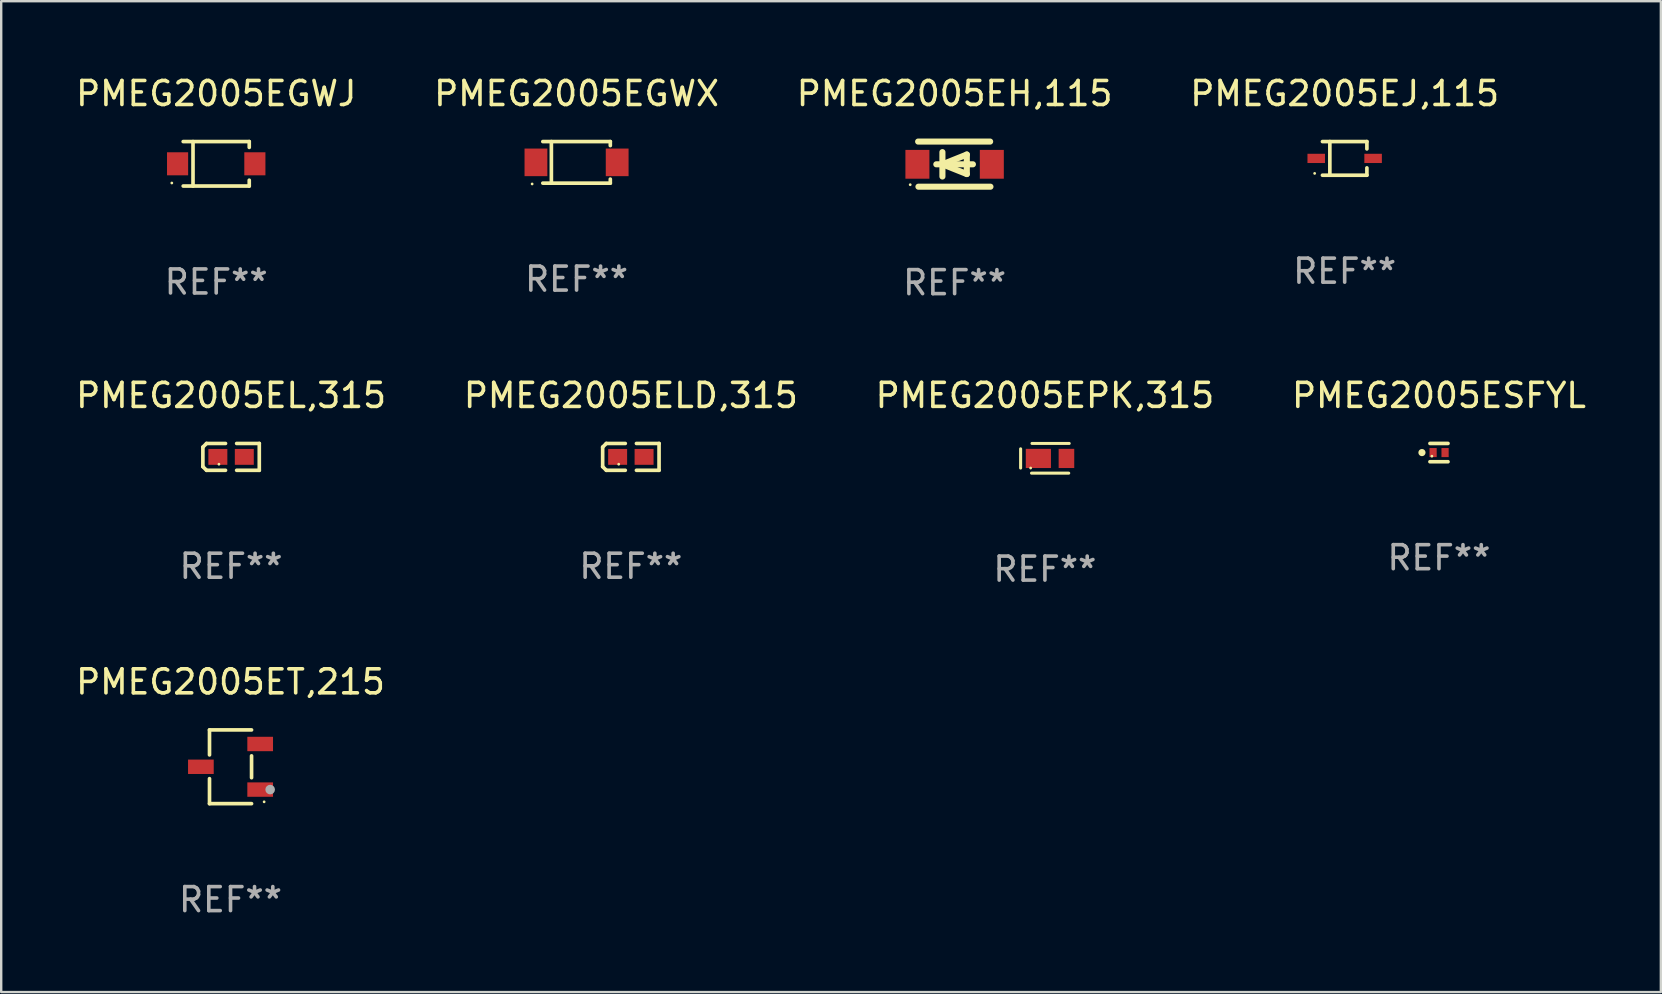
<source format=kicad_pcb>
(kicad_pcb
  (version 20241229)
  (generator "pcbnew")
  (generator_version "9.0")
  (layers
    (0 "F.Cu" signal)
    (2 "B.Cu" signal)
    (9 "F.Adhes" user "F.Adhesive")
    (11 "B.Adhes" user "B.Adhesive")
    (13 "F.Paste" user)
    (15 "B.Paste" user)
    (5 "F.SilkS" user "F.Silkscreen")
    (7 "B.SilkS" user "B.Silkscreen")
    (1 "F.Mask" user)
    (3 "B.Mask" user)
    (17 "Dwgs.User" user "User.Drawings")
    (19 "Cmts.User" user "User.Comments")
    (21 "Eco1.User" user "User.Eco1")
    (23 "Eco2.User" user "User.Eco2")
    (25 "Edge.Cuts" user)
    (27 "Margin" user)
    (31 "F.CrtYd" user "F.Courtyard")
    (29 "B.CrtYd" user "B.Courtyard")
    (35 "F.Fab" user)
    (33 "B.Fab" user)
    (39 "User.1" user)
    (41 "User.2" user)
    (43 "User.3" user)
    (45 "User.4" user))
  (footprint "PMEG2005EGWJ"
    (layer "F.Cu")
    (at 5.958 3.774)
    (property "Reference" "PMEG2005EGWJ" (at 0 -2.926 0) (layer "F.SilkS") (effects (font (size 1 1) (thickness 0.15))))
    (attr through_hole)
    (fp_line (start -1.376 -0.926) (end 1.376 -0.926) (stroke (width 0.152) (type solid)) (layer "F.SilkS"))
    (fp_line (start -1.376 0.926) (end 1.376 0.926) (stroke (width 0.152) (type solid)) (layer "F.SilkS"))
    (fp_line (start -0.967 -0.926) (end -0.967 0.926) (stroke (width 0.152) (type solid)) (layer "F.SilkS"))
    (fp_line (start 1.376 -0.926) (end 1.376 -0.683) (stroke (width 0.152) (type solid)) (layer "F.SilkS"))
    (fp_line (start 1.376 0.926) (end 1.376 0.683) (stroke (width 0.152) (type solid)) (layer "F.SilkS"))
    (fp_circle (center -1.85 0.8) (end -1.82 0.8) (stroke (width 0.06) (type solid)) (fill no) (layer "F.SilkS"))
    (fp_text user "REF**" (at 0 4.926 0) (layer "F.Fab") (effects (font (size 1 1) (thickness 0.15))))
    (pad "1" smd rect (at -1.61 0) (size 0.88 0.96) (layers "F.Cu" "F.Mask" "F.Paste"))
    (pad "2" smd rect (at 1.61 0) (size 0.88 0.96) (layers "F.Cu" "F.Mask" "F.Paste")))
  (footprint "PMEG2005ET,215"
    (layer "F.Cu")
    (at 6.554 28.895)
    (property "Reference" "PMEG2005ET,215" (at 0 -3.536 0) (layer "F.SilkS") (effects (font (size 1 1) (thickness 0.15))))
    (attr through_hole)
    (fp_line (start -0.876 -1.536) (end -0.876 -0.495) (stroke (width 0.152) (type solid)) (layer "F.SilkS"))
    (fp_line (start -0.876 1.536) (end -0.876 0.495) (stroke (width 0.152) (type solid)) (layer "F.SilkS"))
    (fp_line (start 0.876 -1.536) (end -0.876 -1.536) (stroke (width 0.152) (type solid)) (layer "F.SilkS"))
    (fp_line (start 0.876 -0.455) (end 0.876 0.455) (stroke (width 0.152) (type solid)) (layer "F.SilkS"))
    (fp_line (start 0.876 1.536) (end -0.876 1.536) (stroke (width 0.152) (type solid)) (layer "F.SilkS"))
    (fp_circle (center 1.4 1.46) (end 1.43 1.46) (stroke (width 0.06) (type solid)) (fill no) (layer "F.SilkS"))
    (fp_circle (center 1.651 0.95) (end 1.751 0.95) (stroke (width 0.2) (type solid)) (fill no) (layer "F.Fab"))
    (fp_text user "REF**" (at 0 5.536 0) (layer "F.Fab") (effects (font (size 1 1) (thickness 0.15))))
    (pad "1" smd rect (at 1.235 0.95) (size 1.07 0.6) (layers "F.Cu" "F.Mask" "F.Paste"))
    (pad "2" smd rect (at 1.235 -0.95) (size 1.07 0.6) (layers "F.Cu" "F.Mask" "F.Paste"))
    (pad "3" smd rect (at -1.235 0) (size 1.07 0.6) (layers "F.Cu" "F.Mask" "F.Paste")))
  (footprint "PMEG2005EGWX"
    (layer "F.Cu")
    (at 20.97 3.714)
    (property "Reference" "PMEG2005EGWX" (at 0 -2.866 0) (layer "F.SilkS") (effects (font (size 1 1) (thickness 0.15))))
    (attr through_hole)
    (fp_line (start -1.406 -0.866) (end 1.406 -0.866) (stroke (width 0.152) (type solid)) (layer "F.SilkS"))
    (fp_line (start -1.406 0.866) (end 1.406 0.866) (stroke (width 0.152) (type solid)) (layer "F.SilkS"))
    (fp_line (start -1.049 -0.866) (end -1.049 0.866) (stroke (width 0.152) (type solid)) (layer "F.SilkS"))
    (fp_line (start 1.406 -0.866) (end 1.406 -0.698) (stroke (width 0.152) (type solid)) (layer "F.SilkS"))
    (fp_line (start 1.406 0.866) (end 1.406 0.698) (stroke (width 0.152) (type solid)) (layer "F.SilkS"))
    (fp_circle (center -1.851 0.9) (end -1.821 0.9) (stroke (width 0.06) (type solid)) (fill no) (layer "F.SilkS"))
    (fp_text user "REF**" (at 0 4.866 0) (layer "F.Fab") (effects (font (size 1 1) (thickness 0.15))))
    (pad "1" smd rect (at -1.692 0) (size 0.95 1.15) (layers "F.Cu" "F.Mask" "F.Paste"))
    (pad "2" smd rect (at 1.692 0) (size 0.95 1.15) (layers "F.Cu" "F.Mask" "F.Paste")))
  (footprint "PMEG2005EH,115"
    (layer "F.Cu")
    (at 36.72 3.788)
    (property "Reference" "PMEG2005EH,115" (at 0 -2.94 0) (layer "F.SilkS") (effects (font (size 1 1) (thickness 0.15))))
    (attr through_hole)
    (fp_line (start -1.52 -0.94) (end 1.48 -0.94) (stroke (width 0.254) (type solid)) (layer "F.SilkS"))
    (fp_line (start -1.507 0.94) (end 1.493 0.94) (stroke (width 0.254) (type solid)) (layer "F.SilkS"))
    (fp_line (start -0.762 0.007) (end 0.762 0.007) (stroke (width 0.254) (type solid)) (layer "F.SilkS"))
    (fp_line (start -0.508 -0.501) (end -0.508 0.515) (stroke (width 0.254) (type solid)) (layer "F.SilkS"))
    (fp_line (start -0.508 0.007) (end 0.508 -0.4) (stroke (width 0.254) (type solid)) (layer "F.SilkS"))
    (fp_line (start 0.508 -0.4) (end 0.508 0.413) (stroke (width 0.254) (type solid)) (layer "F.SilkS"))
    (fp_line (start 0.508 0.413) (end -0.508 0.007) (stroke (width 0.254) (type solid)) (layer "F.SilkS"))
    (fp_circle (center -1.85 0.857) (end -1.82 0.857) (stroke (width 0.06) (type solid)) (fill no) (layer "F.SilkS"))
    (fp_text user "REF**" (at 0 4.94 0) (layer "F.Fab") (effects (font (size 1 1) (thickness 0.15))))
    (pad "1" smd rect (at -1.55 0.007) (size 1 1.2) (layers "F.Cu" "F.Mask" "F.Paste"))
    (pad "2" smd rect (at 1.55 0.007) (size 1 1.2) (layers "F.Cu" "F.Mask" "F.Paste")))
  (footprint "PMEG2005ESFYL"
    (layer "F.Cu")
    (at 56.899 15.805)
    (property "Reference" "PMEG2005ESFYL" (at 0 -2.381 0) (layer "F.SilkS") (effects (font (size 1 1) (thickness 0.15))))
    (attr through_hole)
    (fp_line (start -0.376 -0.381) (end 0.376 -0.381) (stroke (width 0.152) (type solid)) (layer "F.SilkS"))
    (fp_line (start -0.376 0.381) (end 0.376 0.381) (stroke (width 0.152) (type solid)) (layer "F.SilkS"))
    (fp_circle (center -0.709 0) (end -0.634 0) (stroke (width 0.15) (type solid)) (fill no) (layer "F.SilkS"))
    (fp_circle (center -0.295 0.15) (end -0.265 0.15) (stroke (width 0.06) (type solid)) (fill no) (layer "F.SilkS"))
    (fp_text user "REF**" (at 0 4.381 0) (layer "F.Fab") (effects (font (size 1 1) (thickness 0.15))))
    (pad "1" smd rect (at -0.245 0) (size 0.3 0.378) (layers "F.Cu" "F.Mask" "F.Paste"))
    (pad "2" smd rect (at 0.254 0) (size 0.3 0.378) (layers "F.Cu" "F.Mask" "F.Paste")))
  (footprint "PMEG2005ELD,315"
    (layer "F.Cu")
    (at 23.232 15.984)
    (property "Reference" "PMEG2005ELD,315" (at 0 -2.559 0) (layer "F.SilkS") (effects (font (size 1 1) (thickness 0.15))))
    (attr through_hole)
    (fp_line (start -1.175 -0.407) (end -1.023 -0.559) (stroke (width 0.152) (type solid)) (layer "F.SilkS"))
    (fp_line (start -1.175 0.407) (end -1.175 -0.407) (stroke (width 0.152) (type solid)) (layer "F.SilkS"))
    (fp_line (start -1.023 -0.559) (end -0.232 -0.559) (stroke (width 0.152) (type solid)) (layer "F.SilkS"))
    (fp_line (start -1.023 0.559) (end -1.175 0.407) (stroke (width 0.152) (type solid)) (layer "F.SilkS"))
    (fp_line (start -0.232 0.559) (end -1.023 0.559) (stroke (width 0.152) (type solid)) (layer "F.SilkS"))
    (fp_line (start 0.232 0.559) (end 1.175 0.559) (stroke (width 0.152) (type solid)) (layer "F.SilkS"))
    (fp_line (start 1.175 -0.559) (end 0.232 -0.559) (stroke (width 0.152) (type solid)) (layer "F.SilkS"))
    (fp_line (start 1.175 0.559) (end 1.175 -0.559) (stroke (width 0.152) (type solid)) (layer "F.SilkS"))
    (fp_circle (center -0.506 0.306) (end -0.476 0.306) (stroke (width 0.06) (type solid)) (fill no) (layer "F.SilkS"))
    (fp_text user "REF**" (at 0 4.559 0) (layer "F.Fab") (effects (font (size 1 1) (thickness 0.15))))
    (pad "1" smd rect (at -0.551 0) (size 0.79 0.661) (layers "F.Cu" "F.Mask" "F.Paste"))
    (pad "2" smd rect (at 0.551 0) (size 0.79 0.661) (layers "F.Cu" "F.Mask" "F.Paste")))
  (footprint "PMEG2005EPK,315"
    (layer "F.Cu")
    (at 40.482 16.043)
    (property "Reference" "PMEG2005EPK,315" (at 0 -2.619 0) (layer "F.SilkS") (effects (font (size 1 1) (thickness 0.15))))
    (attr through_hole)
    (fp_line (start -1.012 -0.394) (end -1.012 0.406) (stroke (width 0.127) (type solid)) (layer "F.SilkS"))
    (fp_line (start -0.558 0.619) (end 0.992 0.619) (stroke (width 0.127) (type solid)) (layer "F.SilkS"))
    (fp_line (start -0.538 -0.619) (end 1.012 -0.619) (stroke (width 0.127) (type solid)) (layer "F.SilkS"))
    (fp_circle (center -0.594 0.406) (end -0.564 0.406) (stroke (width 0.06) (type solid)) (fill no) (layer "F.SilkS"))
    (fp_text user "REF**" (at 0 4.619 0) (layer "F.Fab") (effects (font (size 1 1) (thickness 0.15))))
    (pad "1" smd rect (at -0.272 0.006) (size 1.049 0.8) (layers "F.Cu" "F.Mask" "F.Paste"))
    (pad "2" smd rect (at 0.897 0.006) (size 0.65 0.8) (layers "F.Cu" "F.Mask" "F.Paste")))
  (footprint "PMEG2005EL,315"
    (layer "F.Cu")
    (at 6.577 15.984)
    (property "Reference" "PMEG2005EL,315" (at 0 -2.559 0) (layer "F.SilkS") (effects (font (size 1 1) (thickness 0.15))))
    (attr through_hole)
    (fp_line (start -1.175 -0.407) (end -1.023 -0.559) (stroke (width 0.152) (type solid)) (layer "F.SilkS"))
    (fp_line (start -1.175 0.407) (end -1.175 -0.407) (stroke (width 0.152) (type solid)) (layer "F.SilkS"))
    (fp_line (start -1.023 -0.559) (end -0.232 -0.559) (stroke (width 0.152) (type solid)) (layer "F.SilkS"))
    (fp_line (start -1.023 0.559) (end -1.175 0.407) (stroke (width 0.152) (type solid)) (layer "F.SilkS"))
    (fp_line (start -0.232 0.559) (end -1.023 0.559) (stroke (width 0.152) (type solid)) (layer "F.SilkS"))
    (fp_line (start 0.232 0.559) (end 1.175 0.559) (stroke (width 0.152) (type solid)) (layer "F.SilkS"))
    (fp_line (start 1.175 -0.559) (end 0.232 -0.559) (stroke (width 0.152) (type solid)) (layer "F.SilkS"))
    (fp_line (start 1.175 0.559) (end 1.175 -0.559) (stroke (width 0.152) (type solid)) (layer "F.SilkS"))
    (fp_circle (center -0.506 0.306) (end -0.476 0.306) (stroke (width 0.06) (type solid)) (fill no) (layer "F.SilkS"))
    (fp_text user "REF**" (at 0 4.559 0) (layer "F.Fab") (effects (font (size 1 1) (thickness 0.15))))
    (pad "1" smd rect (at -0.551 0) (size 0.79 0.661) (layers "F.Cu" "F.Mask" "F.Paste"))
    (pad "2" smd rect (at 0.551 0) (size 0.79 0.661) (layers "F.Cu" "F.Mask" "F.Paste")))
  (footprint "PMEG2005EJ,115"
    (layer "F.Cu")
    (at 52.97 3.549)
    (property "Reference" "PMEG2005EJ,115" (at 0 -2.701 0) (layer "F.SilkS") (effects (font (size 1 1) (thickness 0.15))))
    (attr through_hole)
    (fp_line (start -0.926 -0.701) (end 0.926 -0.701) (stroke (width 0.152) (type solid)) (layer "F.SilkS"))
    (fp_line (start -0.926 0.701) (end 0.926 0.701) (stroke (width 0.152) (type solid)) (layer "F.SilkS"))
    (fp_line (start -0.617 -0.701) (end -0.617 0.701) (stroke (width 0.152) (type solid)) (layer "F.SilkS"))
    (fp_line (start 0.926 -0.701) (end 0.926 -0.396) (stroke (width 0.152) (type solid)) (layer "F.SilkS"))
    (fp_line (start 0.926 0.701) (end 0.926 0.396) (stroke (width 0.152) (type solid)) (layer "F.SilkS"))
    (fp_circle (center -1.25 0.625) (end -1.22 0.625) (stroke (width 0.06) (type solid)) (fill no) (layer "F.SilkS"))
    (fp_text user "REF**" (at 0 4.701 0) (layer "F.Fab") (effects (font (size 1 1) (thickness 0.15))))
    (pad "1" smd rect (at -1.185 0 180) (size 0.73 0.385) (layers "F.Cu" "F.Mask" "F.Paste"))
    (pad "2" smd rect (at 1.185 0 180) (size 0.73 0.385) (layers "F.Cu" "F.Mask" "F.Paste")))
  (gr_rect
    (start -3 -3)
    (end 66.143 38.28)
    (stroke (width 0.1) (type default))
    (fill no)
    (layer "Edge.Cuts")))
</source>
